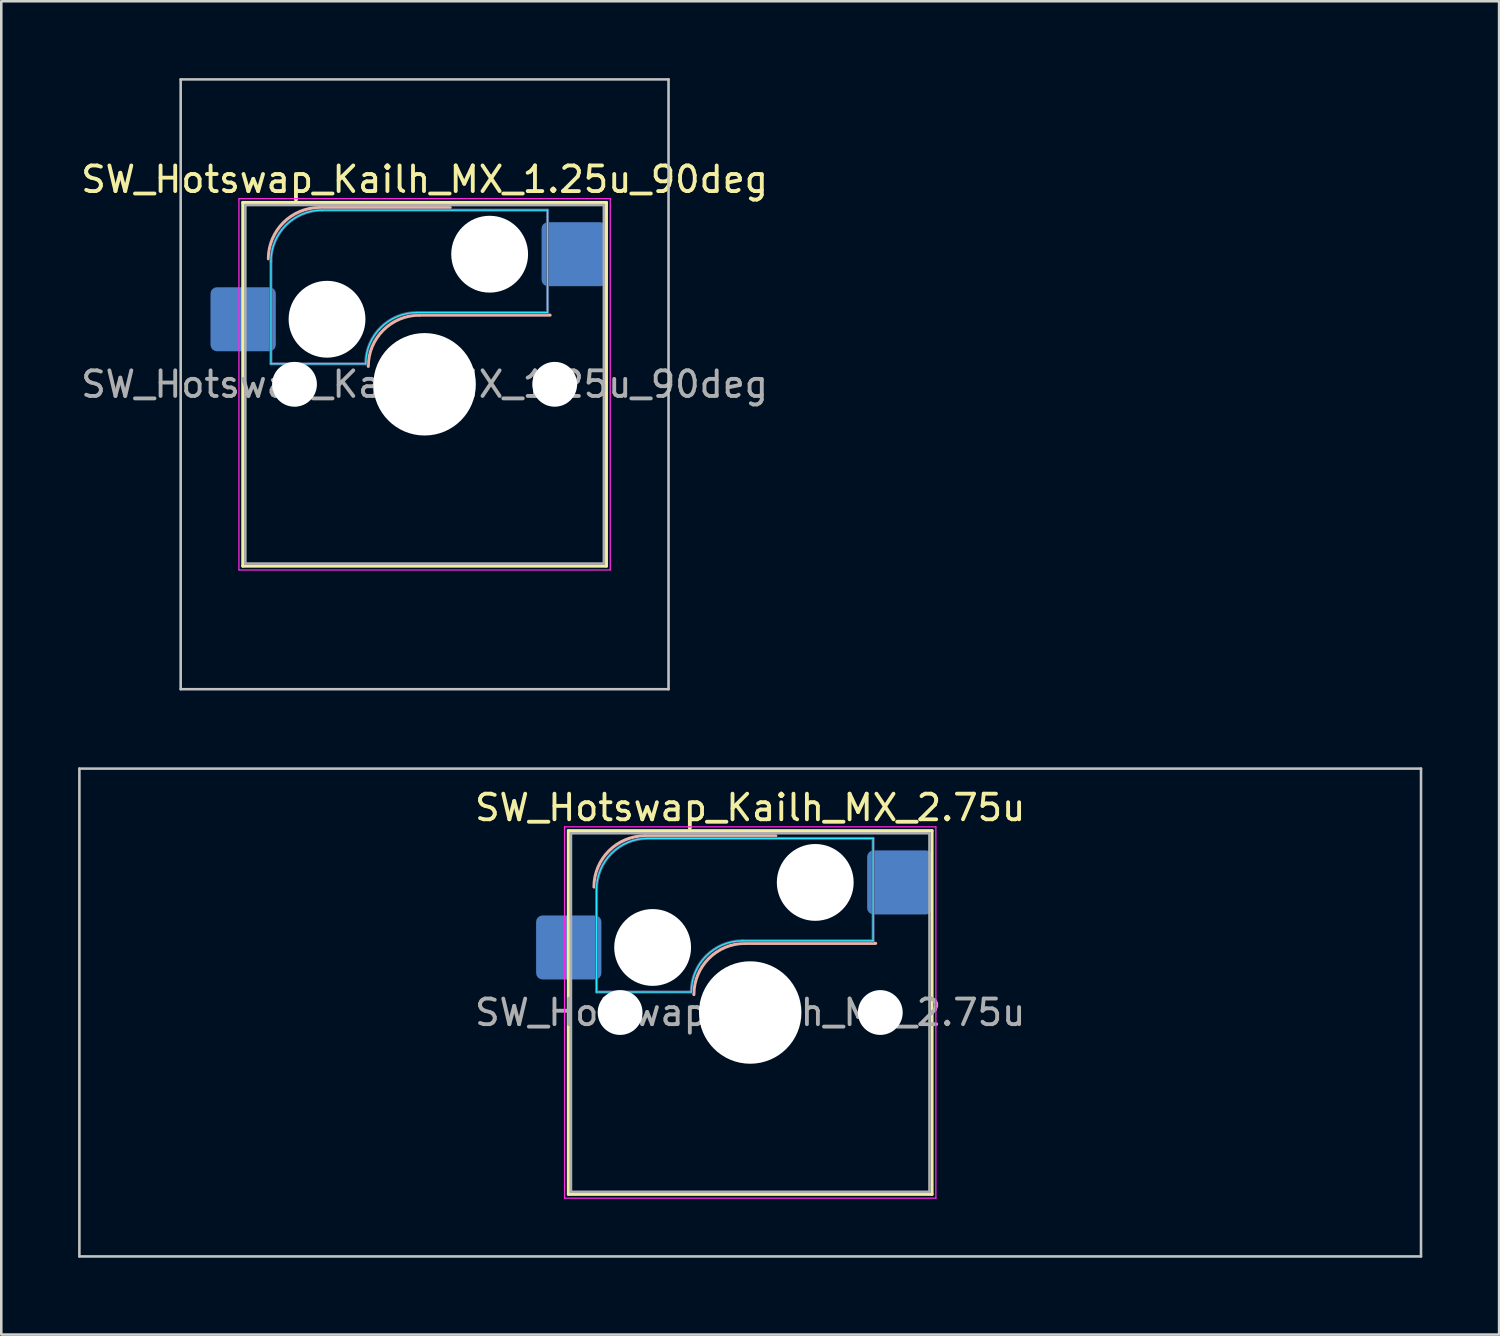
<source format=kicad_pcb>
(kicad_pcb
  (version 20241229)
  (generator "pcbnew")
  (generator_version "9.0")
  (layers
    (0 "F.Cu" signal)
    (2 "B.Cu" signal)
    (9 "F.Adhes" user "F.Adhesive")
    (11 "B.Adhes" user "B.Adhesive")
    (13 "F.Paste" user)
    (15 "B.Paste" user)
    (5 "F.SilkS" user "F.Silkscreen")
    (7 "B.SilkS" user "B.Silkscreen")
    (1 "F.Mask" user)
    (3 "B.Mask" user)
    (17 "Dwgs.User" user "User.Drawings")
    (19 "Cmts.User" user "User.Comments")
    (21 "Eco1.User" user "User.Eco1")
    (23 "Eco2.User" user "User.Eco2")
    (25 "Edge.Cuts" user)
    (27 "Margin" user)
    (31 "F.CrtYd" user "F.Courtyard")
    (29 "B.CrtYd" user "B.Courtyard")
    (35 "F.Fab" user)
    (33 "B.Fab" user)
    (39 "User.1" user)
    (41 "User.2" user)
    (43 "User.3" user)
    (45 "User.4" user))
  (footprint "SW_Hotswap_Kailh_MX_1.25u_90deg"
    (layer "F.Cu")
    (at 13.53 11.956)
    (property "Reference" "SW_Hotswap_Kailh_MX_1.25u_90deg" (at 0 -8 0) (layer "F.SilkS") (effects (font (size 1 1) (thickness 0.15))))
    (attr smd)
    (fp_line (start -7.1 -7.1) (end -7.1 7.1) (stroke (width 0.12) (type solid)) (layer "F.SilkS"))
    (fp_line (start -7.1 7.1) (end 7.1 7.1) (stroke (width 0.12) (type solid)) (layer "F.SilkS"))
    (fp_line (start 7.1 -7.1) (end -7.1 -7.1) (stroke (width 0.12) (type solid)) (layer "F.SilkS"))
    (fp_line (start 7.1 7.1) (end 7.1 -7.1) (stroke (width 0.12) (type solid)) (layer "F.SilkS"))
    (fp_line (start -4.1 -6.9) (end 1 -6.9) (stroke (width 0.12) (type solid)) (layer "B.SilkS"))
    (fp_line (start -0.2 -2.7) (end 4.9 -2.7) (stroke (width 0.12) (type solid)) (layer "B.SilkS"))
    (fp_arc (start -6.1 -4.9) (mid -5.514214 -6.314214) (end -4.1 -6.9) (stroke (width 0.12) (type solid)) (layer "B.SilkS"))
    (fp_arc (start -2.2 -0.7) (mid -1.614214 -2.114214) (end -0.2 -2.7) (stroke (width 0.12) (type solid)) (layer "B.SilkS"))
    (fp_line (start -9.525 -11.906) (end 9.525 -11.906) (stroke (width 0.1) (type solid)) (layer "Dwgs.User"))
    (fp_line (start -9.525 11.906) (end -9.525 -11.906) (stroke (width 0.1) (type solid)) (layer "Dwgs.User"))
    (fp_line (start 9.525 -11.906) (end 9.525 11.906) (stroke (width 0.1) (type solid)) (layer "Dwgs.User"))
    (fp_line (start 9.525 11.906) (end -9.525 11.906) (stroke (width 0.1) (type solid)) (layer "Dwgs.User"))
    (fp_line (start -7.8 -6) (end -7 -6) (stroke (width 0.1) (type solid)) (layer "Eco1.User"))
    (fp_line (start -7.8 -2.9) (end -7.8 -6) (stroke (width 0.1) (type solid)) (layer "Eco1.User"))
    (fp_line (start -7.8 2.9) (end -7 2.9) (stroke (width 0.1) (type solid)) (layer "Eco1.User"))
    (fp_line (start -7.8 6) (end -7.8 2.9) (stroke (width 0.1) (type solid)) (layer "Eco1.User"))
    (fp_line (start -7 -7) (end 7 -7) (stroke (width 0.1) (type solid)) (layer "Eco1.User"))
    (fp_line (start -7 -6) (end -7 -7) (stroke (width 0.1) (type solid)) (layer "Eco1.User"))
    (fp_line (start -7 -2.9) (end -7.8 -2.9) (stroke (width 0.1) (type solid)) (layer "Eco1.User"))
    (fp_line (start -7 2.9) (end -7 -2.9) (stroke (width 0.1) (type solid)) (layer "Eco1.User"))
    (fp_line (start -7 6) (end -7.8 6) (stroke (width 0.1) (type solid)) (layer "Eco1.User"))
    (fp_line (start -7 7) (end -7 6) (stroke (width 0.1) (type solid)) (layer "Eco1.User"))
    (fp_line (start 7 -7) (end 7 -6) (stroke (width 0.1) (type solid)) (layer "Eco1.User"))
    (fp_line (start 7 -6) (end 7.8 -6) (stroke (width 0.1) (type solid)) (layer "Eco1.User"))
    (fp_line (start 7 -2.9) (end 7 2.9) (stroke (width 0.1) (type solid)) (layer "Eco1.User"))
    (fp_line (start 7 2.9) (end 7.8 2.9) (stroke (width 0.1) (type solid)) (layer "Eco1.User"))
    (fp_line (start 7 6) (end 7 7) (stroke (width 0.1) (type solid)) (layer "Eco1.User"))
    (fp_line (start 7 7) (end -7 7) (stroke (width 0.1) (type solid)) (layer "Eco1.User"))
    (fp_line (start 7.8 -6) (end 7.8 -2.9) (stroke (width 0.1) (type solid)) (layer "Eco1.User"))
    (fp_line (start 7.8 -2.9) (end 7 -2.9) (stroke (width 0.1) (type solid)) (layer "Eco1.User"))
    (fp_line (start 7.8 2.9) (end 7.8 6) (stroke (width 0.1) (type solid)) (layer "Eco1.User"))
    (fp_line (start 7.8 6) (end 7 6) (stroke (width 0.1) (type solid)) (layer "Eco1.User"))
    (fp_line (start -6 -0.8) (end -6 -4.8) (stroke (width 0.05) (type solid)) (layer "B.CrtYd"))
    (fp_line (start -6 -0.8) (end -2.3 -0.8) (stroke (width 0.05) (type solid)) (layer "B.CrtYd"))
    (fp_line (start -4 -6.8) (end 4.8 -6.8) (stroke (width 0.05) (type solid)) (layer "B.CrtYd"))
    (fp_line (start -0.3 -2.8) (end 4.8 -2.8) (stroke (width 0.05) (type solid)) (layer "B.CrtYd"))
    (fp_line (start 4.8 -6.8) (end 4.8 -2.8) (stroke (width 0.05) (type solid)) (layer "B.CrtYd"))
    (fp_arc (start -6 -4.8) (mid -5.414214 -6.214214) (end -4 -6.8) (stroke (width 0.05) (type solid)) (layer "B.CrtYd"))
    (fp_arc (start -2.3 -0.8) (mid -1.714214 -2.214214) (end -0.3 -2.8) (stroke (width 0.05) (type solid)) (layer "B.CrtYd"))
    (fp_line (start -7.25 -7.25) (end -7.25 7.25) (stroke (width 0.05) (type solid)) (layer "F.CrtYd"))
    (fp_line (start -7.25 7.25) (end 7.25 7.25) (stroke (width 0.05) (type solid)) (layer "F.CrtYd"))
    (fp_line (start 7.25 -7.25) (end -7.25 -7.25) (stroke (width 0.05) (type solid)) (layer "F.CrtYd"))
    (fp_line (start 7.25 7.25) (end 7.25 -7.25) (stroke (width 0.05) (type solid)) (layer "F.CrtYd"))
    (fp_line (start -6 -0.8) (end -6 -4.8) (stroke (width 0.12) (type solid)) (layer "B.Fab"))
    (fp_line (start -6 -0.8) (end -2.3 -0.8) (stroke (width 0.12) (type solid)) (layer "B.Fab"))
    (fp_line (start -4 -6.8) (end 4.8 -6.8) (stroke (width 0.12) (type solid)) (layer "B.Fab"))
    (fp_line (start -0.3 -2.8) (end 4.8 -2.8) (stroke (width 0.12) (type solid)) (layer "B.Fab"))
    (fp_line (start 4.8 -6.8) (end 4.8 -2.8) (stroke (width 0.12) (type solid)) (layer "B.Fab"))
    (fp_arc (start -6 -4.8) (mid -5.414214 -6.214214) (end -4 -6.8) (stroke (width 0.12) (type solid)) (layer "B.Fab"))
    (fp_arc (start -2.3 -0.8) (mid -1.714214 -2.214214) (end -0.3 -2.8) (stroke (width 0.12) (type solid)) (layer "B.Fab"))
    (fp_line (start -7 -7) (end -7 7) (stroke (width 0.1) (type solid)) (layer "F.Fab"))
    (fp_line (start -7 7) (end 7 7) (stroke (width 0.1) (type solid)) (layer "F.Fab"))
    (fp_line (start 7 -7) (end -7 -7) (stroke (width 0.1) (type solid)) (layer "F.Fab"))
    (fp_line (start 7 7) (end 7 -7) (stroke (width 0.1) (type solid)) (layer "F.Fab"))
    (fp_text user "${REFERENCE}" (at 0 0 0) (layer "F.Fab") (effects (font (size 1 1) (thickness 0.15))))
    (pad "" np_thru_hole circle (at -5.08 0) (size 1.75 1.75) (drill 1.75) (layers "*.Cu" "*.Mask"))
    (pad "" np_thru_hole circle (at -3.81 -2.54) (size 3 3) (drill 3) (layers "*.Cu" "*.Mask"))
    (pad "" np_thru_hole circle (at 0 0) (size 4 4) (drill 4) (layers "*.Cu" "*.Mask"))
    (pad "" np_thru_hole circle (at 2.54 -5.08) (size 3 3) (drill 3) (layers "*.Cu" "*.Mask"))
    (pad "" np_thru_hole circle (at 5.08 0) (size 1.75 1.75) (drill 1.75) (layers "*.Cu" "*.Mask"))
    (pad "1" smd roundrect (at -7.085 -2.54) (size 2.55 2.5) (layers "B.Cu" "B.Mask" "B.Paste") (roundrect_rratio 0.1))
    (pad "2" smd roundrect (at 5.842 -5.08) (size 2.55 2.5) (layers "B.Cu" "B.Mask" "B.Paste") (roundrect_rratio 0.1)))
  (footprint "SW_Hotswap_Kailh_MX_2.75u"
    (layer "F.Cu")
    (at 26.244 36.487)
    (property "Reference" "SW_Hotswap_Kailh_MX_2.75u" (at 0 -8 0) (layer "F.SilkS") (effects (font (size 1 1) (thickness 0.15))))
    (attr smd)
    (fp_line (start -7.1 -7.1) (end -7.1 7.1) (stroke (width 0.12) (type solid)) (layer "F.SilkS"))
    (fp_line (start -7.1 7.1) (end 7.1 7.1) (stroke (width 0.12) (type solid)) (layer "F.SilkS"))
    (fp_line (start 7.1 -7.1) (end -7.1 -7.1) (stroke (width 0.12) (type solid)) (layer "F.SilkS"))
    (fp_line (start 7.1 7.1) (end 7.1 -7.1) (stroke (width 0.12) (type solid)) (layer "F.SilkS"))
    (fp_line (start -4.1 -6.9) (end 1 -6.9) (stroke (width 0.12) (type solid)) (layer "B.SilkS"))
    (fp_line (start -0.2 -2.7) (end 4.9 -2.7) (stroke (width 0.12) (type solid)) (layer "B.SilkS"))
    (fp_arc (start -6.1 -4.9) (mid -5.514214 -6.314214) (end -4.1 -6.9) (stroke (width 0.12) (type solid)) (layer "B.SilkS"))
    (fp_arc (start -2.2 -0.7) (mid -1.614214 -2.114214) (end -0.2 -2.7) (stroke (width 0.12) (type solid)) (layer "B.SilkS"))
    (fp_line (start -26.194 -9.525) (end -26.194 9.525) (stroke (width 0.1) (type solid)) (layer "Dwgs.User"))
    (fp_line (start -26.194 9.525) (end 26.194 9.525) (stroke (width 0.1) (type solid)) (layer "Dwgs.User"))
    (fp_line (start 26.194 -9.525) (end -26.194 -9.525) (stroke (width 0.1) (type solid)) (layer "Dwgs.User"))
    (fp_line (start 26.194 9.525) (end 26.194 -9.525) (stroke (width 0.1) (type solid)) (layer "Dwgs.User"))
    (fp_line (start -7.8 -6) (end -7 -6) (stroke (width 0.1) (type solid)) (layer "Eco1.User"))
    (fp_line (start -7.8 -2.9) (end -7.8 -6) (stroke (width 0.1) (type solid)) (layer "Eco1.User"))
    (fp_line (start -7.8 2.9) (end -7 2.9) (stroke (width 0.1) (type solid)) (layer "Eco1.User"))
    (fp_line (start -7.8 6) (end -7.8 2.9) (stroke (width 0.1) (type solid)) (layer "Eco1.User"))
    (fp_line (start -7 -7) (end 7 -7) (stroke (width 0.1) (type solid)) (layer "Eco1.User"))
    (fp_line (start -7 -6) (end -7 -7) (stroke (width 0.1) (type solid)) (layer "Eco1.User"))
    (fp_line (start -7 -2.9) (end -7.8 -2.9) (stroke (width 0.1) (type solid)) (layer "Eco1.User"))
    (fp_line (start -7 2.9) (end -7 -2.9) (stroke (width 0.1) (type solid)) (layer "Eco1.User"))
    (fp_line (start -7 6) (end -7.8 6) (stroke (width 0.1) (type solid)) (layer "Eco1.User"))
    (fp_line (start -7 7) (end -7 6) (stroke (width 0.1) (type solid)) (layer "Eco1.User"))
    (fp_line (start 7 -7) (end 7 -6) (stroke (width 0.1) (type solid)) (layer "Eco1.User"))
    (fp_line (start 7 -6) (end 7.8 -6) (stroke (width 0.1) (type solid)) (layer "Eco1.User"))
    (fp_line (start 7 -2.9) (end 7 2.9) (stroke (width 0.1) (type solid)) (layer "Eco1.User"))
    (fp_line (start 7 2.9) (end 7.8 2.9) (stroke (width 0.1) (type solid)) (layer "Eco1.User"))
    (fp_line (start 7 6) (end 7 7) (stroke (width 0.1) (type solid)) (layer "Eco1.User"))
    (fp_line (start 7 7) (end -7 7) (stroke (width 0.1) (type solid)) (layer "Eco1.User"))
    (fp_line (start 7.8 -6) (end 7.8 -2.9) (stroke (width 0.1) (type solid)) (layer "Eco1.User"))
    (fp_line (start 7.8 -2.9) (end 7 -2.9) (stroke (width 0.1) (type solid)) (layer "Eco1.User"))
    (fp_line (start 7.8 2.9) (end 7.8 6) (stroke (width 0.1) (type solid)) (layer "Eco1.User"))
    (fp_line (start 7.8 6) (end 7 6) (stroke (width 0.1) (type solid)) (layer "Eco1.User"))
    (fp_line (start -6 -0.8) (end -6 -4.8) (stroke (width 0.05) (type solid)) (layer "B.CrtYd"))
    (fp_line (start -6 -0.8) (end -2.3 -0.8) (stroke (width 0.05) (type solid)) (layer "B.CrtYd"))
    (fp_line (start -4 -6.8) (end 4.8 -6.8) (stroke (width 0.05) (type solid)) (layer "B.CrtYd"))
    (fp_line (start -0.3 -2.8) (end 4.8 -2.8) (stroke (width 0.05) (type solid)) (layer "B.CrtYd"))
    (fp_line (start 4.8 -6.8) (end 4.8 -2.8) (stroke (width 0.05) (type solid)) (layer "B.CrtYd"))
    (fp_arc (start -6 -4.8) (mid -5.414214 -6.214214) (end -4 -6.8) (stroke (width 0.05) (type solid)) (layer "B.CrtYd"))
    (fp_arc (start -2.3 -0.8) (mid -1.714214 -2.214214) (end -0.3 -2.8) (stroke (width 0.05) (type solid)) (layer "B.CrtYd"))
    (fp_line (start -7.25 -7.25) (end -7.25 7.25) (stroke (width 0.05) (type solid)) (layer "F.CrtYd"))
    (fp_line (start -7.25 7.25) (end 7.25 7.25) (stroke (width 0.05) (type solid)) (layer "F.CrtYd"))
    (fp_line (start 7.25 -7.25) (end -7.25 -7.25) (stroke (width 0.05) (type solid)) (layer "F.CrtYd"))
    (fp_line (start 7.25 7.25) (end 7.25 -7.25) (stroke (width 0.05) (type solid)) (layer "F.CrtYd"))
    (fp_line (start -6 -0.8) (end -6 -4.8) (stroke (width 0.12) (type solid)) (layer "B.Fab"))
    (fp_line (start -6 -0.8) (end -2.3 -0.8) (stroke (width 0.12) (type solid)) (layer "B.Fab"))
    (fp_line (start -4 -6.8) (end 4.8 -6.8) (stroke (width 0.12) (type solid)) (layer "B.Fab"))
    (fp_line (start -0.3 -2.8) (end 4.8 -2.8) (stroke (width 0.12) (type solid)) (layer "B.Fab"))
    (fp_line (start 4.8 -6.8) (end 4.8 -2.8) (stroke (width 0.12) (type solid)) (layer "B.Fab"))
    (fp_arc (start -6 -4.8) (mid -5.414214 -6.214214) (end -4 -6.8) (stroke (width 0.12) (type solid)) (layer "B.Fab"))
    (fp_arc (start -2.3 -0.8) (mid -1.714214 -2.214214) (end -0.3 -2.8) (stroke (width 0.12) (type solid)) (layer "B.Fab"))
    (fp_line (start -7 -7) (end -7 7) (stroke (width 0.1) (type solid)) (layer "F.Fab"))
    (fp_line (start -7 7) (end 7 7) (stroke (width 0.1) (type solid)) (layer "F.Fab"))
    (fp_line (start 7 -7) (end -7 -7) (stroke (width 0.1) (type solid)) (layer "F.Fab"))
    (fp_line (start 7 7) (end 7 -7) (stroke (width 0.1) (type solid)) (layer "F.Fab"))
    (fp_text user "${REFERENCE}" (at 0 0 0) (layer "F.Fab") (effects (font (size 1 1) (thickness 0.15))))
    (pad "" np_thru_hole circle (at -5.08 0) (size 1.75 1.75) (drill 1.75) (layers "*.Cu" "*.Mask"))
    (pad "" np_thru_hole circle (at -3.81 -2.54) (size 3 3) (drill 3) (layers "*.Cu" "*.Mask"))
    (pad "" np_thru_hole circle (at 0 0) (size 4 4) (drill 4) (layers "*.Cu" "*.Mask"))
    (pad "" np_thru_hole circle (at 2.54 -5.08) (size 3 3) (drill 3) (layers "*.Cu" "*.Mask"))
    (pad "" np_thru_hole circle (at 5.08 0) (size 1.75 1.75) (drill 1.75) (layers "*.Cu" "*.Mask"))
    (pad "1" smd roundrect (at -7.085 -2.54) (size 2.55 2.5) (layers "B.Cu" "B.Mask" "B.Paste") (roundrect_rratio 0.1))
    (pad "2" smd roundrect (at 5.842 -5.08) (size 2.55 2.5) (layers "B.Cu" "B.Mask" "B.Paste") (roundrect_rratio 0.1)))
  (gr_rect
    (start -3 -3)
    (end 55.487 49.062)
    (stroke (width 0.1) (type default))
    (fill no)
    (layer "Edge.Cuts")))
</source>
